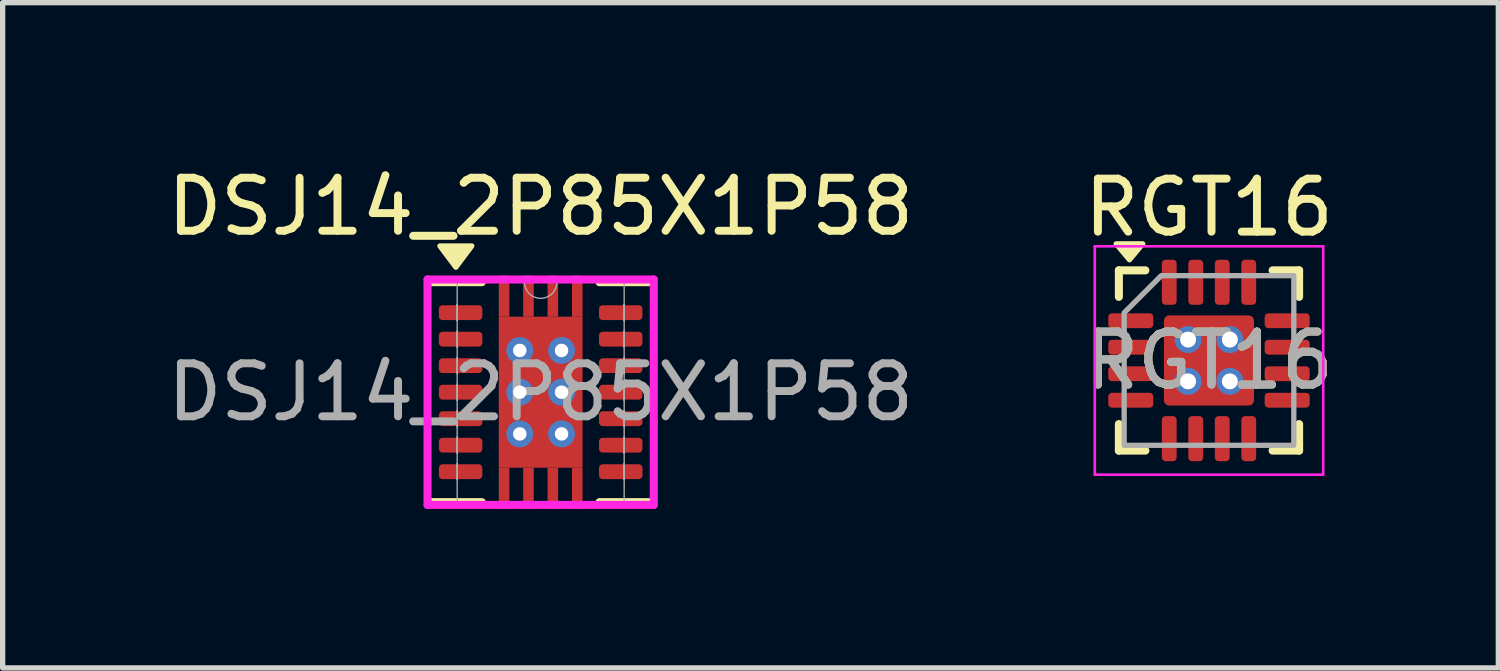
<source format=kicad_pcb>
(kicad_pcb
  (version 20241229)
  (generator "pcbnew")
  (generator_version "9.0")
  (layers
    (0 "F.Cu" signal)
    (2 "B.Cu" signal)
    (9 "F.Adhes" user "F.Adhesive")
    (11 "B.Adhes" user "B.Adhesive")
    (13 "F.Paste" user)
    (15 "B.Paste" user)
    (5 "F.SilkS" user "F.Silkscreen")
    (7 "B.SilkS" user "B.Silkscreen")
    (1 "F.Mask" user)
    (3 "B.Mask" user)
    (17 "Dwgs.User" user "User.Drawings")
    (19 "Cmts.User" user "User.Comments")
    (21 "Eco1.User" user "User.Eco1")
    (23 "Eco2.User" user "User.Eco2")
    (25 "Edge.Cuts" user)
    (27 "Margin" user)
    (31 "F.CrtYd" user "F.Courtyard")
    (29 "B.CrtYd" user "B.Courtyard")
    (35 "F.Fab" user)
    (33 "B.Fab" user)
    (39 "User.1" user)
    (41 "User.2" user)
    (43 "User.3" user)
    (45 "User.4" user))
  (footprint "DSJ14_2P85X1P58"
    (layer "F.Cu")
    (at 7.149 4.348)
    (property "Reference" "DSJ14_2P85X1P58" (at 0 -3.5 0) (unlocked yes) (layer "F.SilkS") (effects (font (size 1 1) (thickness 0.15))))
    (attr smd)
    (fp_poly (pts (xy 1.1 0.86) (xy 1.1 1.14) (xy 1.92 1.14) (xy 1.92 0.86)) (stroke (width 0) (type solid)) (fill yes) (layer "F.Mask"))
    (fp_line (start -2.1 2.075) (end -1.11 2.075) (stroke (width 0.152) (type solid)) (layer "F.SilkS"))
    (fp_line (start -1.11 -2.075) (end -2.1 -2.075) (stroke (width 0.152) (type solid)) (layer "F.SilkS"))
    (fp_line (start 1.11 2.075) (end 2.1 2.075) (stroke (width 0.152) (type solid)) (layer "F.SilkS"))
    (fp_line (start 2.1 -2.075) (end 1.11 -2.075) (stroke (width 0.152) (type solid)) (layer "F.SilkS"))
    (fp_poly (pts (xy -1.6 -2.358) (xy -1.9 -2.758) (xy -1.3 -2.758)) (stroke (width 0.1) (type solid)) (fill yes) (layer "F.SilkS"))
    (fp_poly (pts (xy -0.715 -1.25) (xy -0.715 -0.887) (xy -0.635 -0.887) (xy -0.494 -1.029) (xy -0.494 -1.25)) (stroke (width 0) (type solid)) (fill yes) (layer "F.Paste"))
    (fp_poly (pts (xy -0.715 0.887) (xy -0.715 1.25) (xy -0.494 1.25) (xy -0.494 1.029) (xy -0.635 0.887)) (stroke (width 0) (type solid)) (fill yes) (layer "F.Paste"))
    (fp_poly (pts (xy 0.494 -1.25) (xy 0.494 -1.029) (xy 0.635 -0.887) (xy 0.715 -0.887) (xy 0.715 -1.25)) (stroke (width 0) (type solid)) (fill yes) (layer "F.Paste"))
    (fp_poly (pts (xy 0.635 0.887) (xy 0.494 1.029) (xy 0.494 1.25) (xy 0.715 1.25) (xy 0.715 0.887)) (stroke (width 0) (type solid)) (fill yes) (layer "F.Paste"))
    (fp_poly (pts (xy -0.715 -0.687) (xy -0.715 -0.1) (xy -0.635 -0.1) (xy -0.494 -0.241) (xy -0.494 -0.546) (xy -0.635 -0.687)) (stroke (width 0) (type solid)) (fill yes) (layer "F.Paste"))
    (fp_poly (pts (xy -0.715 0.1) (xy -0.715 0.687) (xy -0.635 0.687) (xy -0.494 0.546) (xy -0.494 0.241) (xy -0.635 0.1)) (stroke (width 0) (type solid)) (fill yes) (layer "F.Paste"))
    (fp_poly (pts (xy -0.294 -1.25) (xy -0.294 -1.029) (xy -0.152 -0.887) (xy 0.152 -0.887) (xy 0.294 -1.029) (xy 0.294 -1.25)) (stroke (width 0) (type solid)) (fill yes) (layer "F.Paste"))
    (fp_poly (pts (xy -0.152 0.887) (xy -0.294 1.029) (xy -0.294 1.25) (xy 0.294 1.25) (xy 0.294 1.029) (xy 0.152 0.887)) (stroke (width 0) (type solid)) (fill yes) (layer "F.Paste"))
    (fp_poly (pts (xy 0.635 -0.687) (xy 0.494 -0.546) (xy 0.494 -0.241) (xy 0.635 -0.1) (xy 0.715 -0.1) (xy 0.715 -0.687)) (stroke (width 0) (type solid)) (fill yes) (layer "F.Paste"))
    (fp_poly (pts (xy 0.635 0.1) (xy 0.494 0.241) (xy 0.494 0.546) (xy 0.635 0.687) (xy 0.715 0.687) (xy 0.715 0.1)) (stroke (width 0) (type solid)) (fill yes) (layer "F.Paste"))
    (fp_poly (pts (xy -0.152 -0.687) (xy -0.294 -0.546) (xy -0.294 -0.241) (xy -0.152 -0.1) (xy 0.152 -0.1) (xy 0.294 -0.241) (xy 0.294 -0.546) (xy 0.152 -0.687)) (stroke (width 0) (type solid)) (fill yes) (layer "F.Paste"))
    (fp_poly (pts (xy -0.152 0.1) (xy -0.294 0.241) (xy -0.294 0.546) (xy -0.152 0.687) (xy 0.152 0.687) (xy 0.294 0.546) (xy 0.294 0.241) (xy 0.152 0.1)) (stroke (width 0) (type solid)) (fill yes) (layer "F.Paste"))
    (fp_line (start -2.134 -2.126) (end 2.134 -2.126) (stroke (width 0.152) (type solid)) (layer "F.CrtYd"))
    (fp_line (start -2.134 2.126) (end -2.134 -2.126) (stroke (width 0.152) (type solid)) (layer "F.CrtYd"))
    (fp_line (start 2.134 -2.126) (end 2.134 2.126) (stroke (width 0.152) (type solid)) (layer "F.CrtYd"))
    (fp_line (start 2.134 2.126) (end -2.134 2.126) (stroke (width 0.152) (type solid)) (layer "F.CrtYd"))
    (fp_line (start -1.575 -2.075) (end -1.575 2.075) (stroke (width 0.025) (type solid)) (layer "F.Fab"))
    (fp_line (start -1.575 -1.65) (end -1.575 -1.65) (stroke (width 0.025) (type solid)) (layer "F.Fab"))
    (fp_line (start -1.575 -1.65) (end -1.575 -1.35) (stroke (width 0.025) (type solid)) (layer "F.Fab"))
    (fp_line (start -1.575 -1.35) (end -1.575 -1.65) (stroke (width 0.025) (type solid)) (layer "F.Fab"))
    (fp_line (start -1.575 -1.35) (end -1.575 -1.35) (stroke (width 0.025) (type solid)) (layer "F.Fab"))
    (fp_line (start -1.575 -1.15) (end -1.575 -1.15) (stroke (width 0.025) (type solid)) (layer "F.Fab"))
    (fp_line (start -1.575 -1.15) (end -1.575 -0.85) (stroke (width 0.025) (type solid)) (layer "F.Fab"))
    (fp_line (start -1.575 -0.85) (end -1.575 -1.15) (stroke (width 0.025) (type solid)) (layer "F.Fab"))
    (fp_line (start -1.575 -0.85) (end -1.575 -0.85) (stroke (width 0.025) (type solid)) (layer "F.Fab"))
    (fp_line (start -1.575 -0.65) (end -1.575 -0.65) (stroke (width 0.025) (type solid)) (layer "F.Fab"))
    (fp_line (start -1.575 -0.65) (end -1.575 -0.35) (stroke (width 0.025) (type solid)) (layer "F.Fab"))
    (fp_line (start -1.575 -0.35) (end -1.575 -0.65) (stroke (width 0.025) (type solid)) (layer "F.Fab"))
    (fp_line (start -1.575 -0.35) (end -1.575 -0.35) (stroke (width 0.025) (type solid)) (layer "F.Fab"))
    (fp_line (start -1.575 -0.15) (end -1.575 -0.15) (stroke (width 0.025) (type solid)) (layer "F.Fab"))
    (fp_line (start -1.575 -0.15) (end -1.575 0.15) (stroke (width 0.025) (type solid)) (layer "F.Fab"))
    (fp_line (start -1.575 0.15) (end -1.575 -0.15) (stroke (width 0.025) (type solid)) (layer "F.Fab"))
    (fp_line (start -1.575 0.15) (end -1.575 0.15) (stroke (width 0.025) (type solid)) (layer "F.Fab"))
    (fp_line (start -1.575 0.35) (end -1.575 0.35) (stroke (width 0.025) (type solid)) (layer "F.Fab"))
    (fp_line (start -1.575 0.35) (end -1.575 0.65) (stroke (width 0.025) (type solid)) (layer "F.Fab"))
    (fp_line (start -1.575 0.65) (end -1.575 0.35) (stroke (width 0.025) (type solid)) (layer "F.Fab"))
    (fp_line (start -1.575 0.65) (end -1.575 0.65) (stroke (width 0.025) (type solid)) (layer "F.Fab"))
    (fp_line (start -1.575 0.85) (end -1.575 0.85) (stroke (width 0.025) (type solid)) (layer "F.Fab"))
    (fp_line (start -1.575 0.85) (end -1.575 1.15) (stroke (width 0.025) (type solid)) (layer "F.Fab"))
    (fp_line (start -1.575 1.15) (end -1.575 0.85) (stroke (width 0.025) (type solid)) (layer "F.Fab"))
    (fp_line (start -1.575 1.15) (end -1.575 1.15) (stroke (width 0.025) (type solid)) (layer "F.Fab"))
    (fp_line (start -1.575 1.35) (end -1.575 1.35) (stroke (width 0.025) (type solid)) (layer "F.Fab"))
    (fp_line (start -1.575 1.35) (end -1.575 1.65) (stroke (width 0.025) (type solid)) (layer "F.Fab"))
    (fp_line (start -1.575 1.65) (end -1.575 1.35) (stroke (width 0.025) (type solid)) (layer "F.Fab"))
    (fp_line (start -1.575 1.65) (end -1.575 1.65) (stroke (width 0.025) (type solid)) (layer "F.Fab"))
    (fp_line (start -1.575 2.075) (end 1.575 2.075) (stroke (width 0.025) (type solid)) (layer "F.Fab"))
    (fp_line (start 1.575 -2.075) (end -1.575 -2.075) (stroke (width 0.025) (type solid)) (layer "F.Fab"))
    (fp_line (start 1.575 -1.65) (end 1.575 -1.65) (stroke (width 0.025) (type solid)) (layer "F.Fab"))
    (fp_line (start 1.575 -1.65) (end 1.575 -1.35) (stroke (width 0.025) (type solid)) (layer "F.Fab"))
    (fp_line (start 1.575 -1.35) (end 1.575 -1.65) (stroke (width 0.025) (type solid)) (layer "F.Fab"))
    (fp_line (start 1.575 -1.35) (end 1.575 -1.35) (stroke (width 0.025) (type solid)) (layer "F.Fab"))
    (fp_line (start 1.575 -1.15) (end 1.575 -1.15) (stroke (width 0.025) (type solid)) (layer "F.Fab"))
    (fp_line (start 1.575 -1.15) (end 1.575 -0.85) (stroke (width 0.025) (type solid)) (layer "F.Fab"))
    (fp_line (start 1.575 -0.85) (end 1.575 -1.15) (stroke (width 0.025) (type solid)) (layer "F.Fab"))
    (fp_line (start 1.575 -0.85) (end 1.575 -0.85) (stroke (width 0.025) (type solid)) (layer "F.Fab"))
    (fp_line (start 1.575 -0.65) (end 1.575 -0.65) (stroke (width 0.025) (type solid)) (layer "F.Fab"))
    (fp_line (start 1.575 -0.65) (end 1.575 -0.35) (stroke (width 0.025) (type solid)) (layer "F.Fab"))
    (fp_line (start 1.575 -0.35) (end 1.575 -0.65) (stroke (width 0.025) (type solid)) (layer "F.Fab"))
    (fp_line (start 1.575 -0.35) (end 1.575 -0.35) (stroke (width 0.025) (type solid)) (layer "F.Fab"))
    (fp_line (start 1.575 -0.15) (end 1.575 -0.15) (stroke (width 0.025) (type solid)) (layer "F.Fab"))
    (fp_line (start 1.575 -0.15) (end 1.575 0.15) (stroke (width 0.025) (type solid)) (layer "F.Fab"))
    (fp_line (start 1.575 0.15) (end 1.575 -0.15) (stroke (width 0.025) (type solid)) (layer "F.Fab"))
    (fp_line (start 1.575 0.15) (end 1.575 0.15) (stroke (width 0.025) (type solid)) (layer "F.Fab"))
    (fp_line (start 1.575 0.35) (end 1.575 0.35) (stroke (width 0.025) (type solid)) (layer "F.Fab"))
    (fp_line (start 1.575 0.35) (end 1.575 0.65) (stroke (width 0.025) (type solid)) (layer "F.Fab"))
    (fp_line (start 1.575 0.65) (end 1.575 0.35) (stroke (width 0.025) (type solid)) (layer "F.Fab"))
    (fp_line (start 1.575 0.65) (end 1.575 0.65) (stroke (width 0.025) (type solid)) (layer "F.Fab"))
    (fp_line (start 1.575 0.85) (end 1.575 0.85) (stroke (width 0.025) (type solid)) (layer "F.Fab"))
    (fp_line (start 1.575 0.85) (end 1.575 1.15) (stroke (width 0.025) (type solid)) (layer "F.Fab"))
    (fp_line (start 1.575 1.15) (end 1.575 0.85) (stroke (width 0.025) (type solid)) (layer "F.Fab"))
    (fp_line (start 1.575 1.15) (end 1.575 1.15) (stroke (width 0.025) (type solid)) (layer "F.Fab"))
    (fp_line (start 1.575 1.35) (end 1.575 1.35) (stroke (width 0.025) (type solid)) (layer "F.Fab"))
    (fp_line (start 1.575 1.35) (end 1.575 1.65) (stroke (width 0.025) (type solid)) (layer "F.Fab"))
    (fp_line (start 1.575 1.65) (end 1.575 1.35) (stroke (width 0.025) (type solid)) (layer "F.Fab"))
    (fp_line (start 1.575 1.65) (end 1.575 1.65) (stroke (width 0.025) (type solid)) (layer "F.Fab"))
    (fp_line (start 1.575 2.075) (end 1.575 -2.075) (stroke (width 0.025) (type solid)) (layer "F.Fab"))
    (fp_arc (start 0.3048 -2.075) (mid 0 -1.7702) (end -0.3048 -2.075) (stroke (width 0.0254) (type solid)) (layer "F.Fab"))
    (fp_text user "${REFERENCE}" (at 0 0 0) (unlocked yes) (layer "F.Fab") (effects (font (size 1 1) (thickness 0.15))))
    (pad "1" smd roundrect (at -1.51 -1.5) (size 0.82 0.28) (layers "F.Cu" "F.Mask" "F.Paste") (roundrect_rratio 0.25))
    (pad "2" smd roundrect (at -1.51 -1) (size 0.82 0.28) (layers "F.Cu" "F.Mask" "F.Paste") (roundrect_rratio 0.25))
    (pad "3" smd roundrect (at -1.51 -0.5) (size 0.82 0.28) (layers "F.Cu" "F.Mask" "F.Paste") (roundrect_rratio 0.25))
    (pad "4" smd roundrect (at -1.51 0) (size 0.82 0.28) (layers "F.Cu" "F.Mask" "F.Paste") (roundrect_rratio 0.25))
    (pad "5" smd roundrect (at -1.51 0.5) (size 0.82 0.28) (layers "F.Cu" "F.Mask" "F.Paste") (roundrect_rratio 0.25))
    (pad "6" smd roundrect (at -1.51 1) (size 0.82 0.28) (layers "F.Cu" "F.Mask" "F.Paste") (roundrect_rratio 0.25))
    (pad "7" smd roundrect (at -1.51 1.5) (size 0.82 0.28) (layers "F.Cu" "F.Mask" "F.Paste") (roundrect_rratio 0.25))
    (pad "8" smd roundrect (at 1.51 1.5) (size 0.82 0.28) (layers "F.Cu" "F.Mask" "F.Paste") (roundrect_rratio 0.25))
    (pad "9" smd roundrect (at 1.51 1) (size 0.82 0.28) (layers "F.Cu" "F.Mask" "F.Paste") (roundrect_rratio 0.25))
    (pad "10" smd roundrect (at 1.51 0.5) (size 0.82 0.28) (layers "F.Cu" "F.Mask" "F.Paste") (roundrect_rratio 0.25))
    (pad "11" smd roundrect (at 1.51 0) (size 0.82 0.28) (layers "F.Cu" "F.Mask" "F.Paste") (roundrect_rratio 0.25))
    (pad "12" smd roundrect (at 1.51 -0.5) (size 0.82 0.28) (layers "F.Cu" "F.Mask" "F.Paste") (roundrect_rratio 0.25))
    (pad "13" smd roundrect (at 1.51 -1) (size 0.82 0.28) (layers "F.Cu" "F.Mask" "F.Paste") (roundrect_rratio 0.25))
    (pad "14" smd roundrect (at 1.51 -1.5) (size 0.82 0.28) (layers "F.Cu" "F.Mask" "F.Paste") (roundrect_rratio 0.25))
    (pad "15" smd roundrect (at -0.69 -1.812 270) (size 0.775 0.2) (layers "F.Cu" "F.Mask" "F.Paste") (roundrect_rratio 0.25) (chamfer_ratio 0) (chamfer top_right bottom_right))
    (pad "15" smd roundrect (at -0.69 1.812 90) (size 0.775 0.2) (layers "F.Cu" "F.Mask" "F.Paste") (roundrect_rratio 0.25) (chamfer_ratio 0) (chamfer top_right bottom_right))
    (pad "15" thru_hole circle (at -0.394 -0.787) (size 0.508 0.508) (drill 0.254) (layers "*.Cu" "*.Mask"))
    (pad "15" thru_hole circle (at -0.394 0) (size 0.508 0.508) (drill 0.254) (layers "*.Cu" "*.Mask"))
    (pad "15" thru_hole circle (at -0.394 0.787) (size 0.508 0.508) (drill 0.254) (layers "*.Cu" "*.Mask"))
    (pad "15" smd roundrect (at -0.23 -1.812 270) (size 0.775 0.2) (layers "F.Cu" "F.Mask" "F.Paste") (roundrect_rratio 0.25) (chamfer_ratio 0) (chamfer top_right bottom_right))
    (pad "15" smd roundrect (at -0.23 1.812 90) (size 0.775 0.2) (layers "F.Cu" "F.Mask" "F.Paste") (roundrect_rratio 0.25) (chamfer_ratio 0) (chamfer top_right bottom_right))
    (pad "15" smd rect (at 0 0) (size 1.58 2.85) (layers "F.Cu" "F.Mask"))
    (pad "15" smd roundrect (at 0.23 -1.812 270) (size 0.775 0.2) (layers "F.Cu" "F.Mask" "F.Paste") (roundrect_rratio 0.25) (chamfer_ratio 0) (chamfer top_right bottom_right))
    (pad "15" smd roundrect (at 0.23 1.812 90) (size 0.775 0.2) (layers "F.Cu" "F.Mask" "F.Paste") (roundrect_rratio 0.25) (chamfer_ratio 0) (chamfer top_right bottom_right))
    (pad "15" thru_hole circle (at 0.394 -0.787) (size 0.508 0.508) (drill 0.254) (layers "*.Cu" "*.Mask"))
    (pad "15" thru_hole circle (at 0.394 0) (size 0.508 0.508) (drill 0.254) (layers "*.Cu" "*.Mask"))
    (pad "15" thru_hole circle (at 0.394 0.787) (size 0.508 0.508) (drill 0.254) (layers "*.Cu" "*.Mask"))
    (pad "15" smd roundrect (at 0.69 -1.812 270) (size 0.775 0.2) (layers "F.Cu" "F.Mask" "F.Paste") (roundrect_rratio 0.25) (chamfer_ratio 0) (chamfer top_right bottom_right))
    (pad "15" smd roundrect (at 0.69 1.812 90) (size 0.775 0.2) (layers "F.Cu" "F.Mask" "F.Paste") (roundrect_rratio 0.25) (chamfer_ratio 0) (chamfer top_right bottom_right)))
  (footprint "RGT16"
    (layer "F.Cu")
    (at 19.756 3.75)
    (property "Reference" "RGT16" (at 0 0 0) (unlocked yes) (layer "F.SilkS") (effects (font (size 1 1) (thickness 0.15))))
    (attr smd)
    (fp_rect (start -0.8 -0.8) (end 0.8 0.8) (stroke (width 0.1) (type default)) (fill yes) (layer "F.Mask"))
    (fp_line (start -1.7 -1.7) (end -1.7 -1.2) (stroke (width 0.152) (type solid)) (layer "F.SilkS"))
    (fp_line (start -1.7 1.7) (end -1.7 1.2) (stroke (width 0.152) (type solid)) (layer "F.SilkS"))
    (fp_line (start -1.2 -1.7) (end -1.7 -1.7) (stroke (width 0.152) (type solid)) (layer "F.SilkS"))
    (fp_line (start -1.2 1.7) (end -1.7 1.7) (stroke (width 0.152) (type solid)) (layer "F.SilkS"))
    (fp_line (start 1.2 -1.7) (end 1.7 -1.7) (stroke (width 0.152) (type solid)) (layer "F.SilkS"))
    (fp_line (start 1.2 1.7) (end 1.7 1.7) (stroke (width 0.152) (type solid)) (layer "F.SilkS"))
    (fp_line (start 1.7 -1.7) (end 1.7 -1.2) (stroke (width 0.152) (type solid)) (layer "F.SilkS"))
    (fp_line (start 1.7 1.7) (end 1.7 1.2) (stroke (width 0.152) (type solid)) (layer "F.SilkS"))
    (fp_poly (pts (xy -1.5 -1.9) (xy -1.75 -2.2) (xy -1.25 -2.2)) (stroke (width 0.1) (type solid)) (fill yes) (layer "F.SilkS"))
    (fp_circle (center 0 0) (end 0.15 -0.2) (stroke (width 0.1) (type default)) (fill yes) (layer "F.Paste"))
    (fp_poly (pts (xy -0.775 -0.775) (xy -0.775 -0.494) (xy -0.635 -0.494) (xy -0.494 -0.635) (xy -0.494 -0.775)) (stroke (width 0) (type solid)) (fill yes) (layer "F.Paste"))
    (fp_poly (pts (xy -0.775 0.494) (xy -0.775 0.775) (xy -0.494 0.775) (xy -0.494 0.635) (xy -0.635 0.494)) (stroke (width 0) (type solid)) (fill yes) (layer "F.Paste"))
    (fp_poly (pts (xy 0.494 -0.775) (xy 0.494 -0.635) (xy 0.635 -0.494) (xy 0.775 -0.494) (xy 0.775 -0.775)) (stroke (width 0) (type solid)) (fill yes) (layer "F.Paste"))
    (fp_poly (pts (xy 0.635 0.494) (xy 0.494 0.635) (xy 0.494 0.775) (xy 0.775 0.775) (xy 0.775 0.494)) (stroke (width 0) (type solid)) (fill yes) (layer "F.Paste"))
    (fp_poly (pts (xy -0.775 -0.294) (xy -0.775 0.294) (xy -0.635 0.294) (xy -0.494 0.152) (xy -0.494 -0.152) (xy -0.635 -0.294)) (stroke (width 0) (type solid)) (fill yes) (layer "F.Paste"))
    (fp_poly (pts (xy -0.294 -0.775) (xy -0.294 -0.635) (xy -0.152 -0.494) (xy 0.152 -0.494) (xy 0.294 -0.635) (xy 0.294 -0.775)) (stroke (width 0) (type solid)) (fill yes) (layer "F.Paste"))
    (fp_poly (pts (xy -0.152 0.494) (xy -0.294 0.635) (xy -0.294 0.775) (xy 0.294 0.775) (xy 0.294 0.635) (xy 0.152 0.494)) (stroke (width 0) (type solid)) (fill yes) (layer "F.Paste"))
    (fp_poly (pts (xy 0.635 -0.294) (xy 0.494 -0.152) (xy 0.494 0.152) (xy 0.635 0.294) (xy 0.775 0.294) (xy 0.775 -0.294)) (stroke (width 0) (type solid)) (fill yes) (layer "F.Paste"))
    (fp_line (start -2.154 -2.154) (end 2.154 -2.154) (stroke (width 0.05) (type solid)) (layer "F.CrtYd"))
    (fp_line (start -2.154 2.154) (end -2.154 -2.154) (stroke (width 0.05) (type solid)) (layer "F.CrtYd"))
    (fp_line (start 2.154 -2.154) (end 2.154 2.154) (stroke (width 0.05) (type solid)) (layer "F.CrtYd"))
    (fp_line (start 2.154 2.154) (end -2.154 2.154) (stroke (width 0.05) (type solid)) (layer "F.CrtYd"))
    (fp_poly (pts (xy 1.6 1.6) (xy 1.6 -1.6) (xy -0.9 -1.6) (xy -1.6 -0.9) (xy -1.6 1.6)) (stroke (width 0.1) (type solid)) (fill no) (layer "F.Fab"))
    (fp_text user "${REFERENCE}" (at 0 -2.3 0) (unlocked yes) (layer "F.SilkS") (effects (font (size 1 1) (thickness 0.15)) (justify bottom)))
    (fp_text user "${REFERENCE}" (at 0 0 0) (unlocked yes) (layer "F.Fab") (effects (font (size 1 1) (thickness 0.15))))
    (pad "1" smd roundrect (at -1.475 -0.75 90) (size 0.28 0.85) (layers "F.Cu" "F.Mask" "F.Paste") (roundrect_rratio 0.25))
    (pad "2" smd roundrect (at -1.475 -0.25 90) (size 0.28 0.85) (layers "F.Cu" "F.Mask" "F.Paste") (roundrect_rratio 0.25))
    (pad "3" smd roundrect (at -1.475 0.25 90) (size 0.28 0.85) (layers "F.Cu" "F.Mask" "F.Paste") (roundrect_rratio 0.25))
    (pad "4" smd roundrect (at -1.475 0.75 90) (size 0.28 0.85) (layers "F.Cu" "F.Mask" "F.Paste") (roundrect_rratio 0.25))
    (pad "5" smd roundrect (at -0.75 1.475) (size 0.28 0.85) (layers "F.Cu" "F.Mask" "F.Paste") (roundrect_rratio 0.25))
    (pad "6" smd roundrect (at -0.25 1.475) (size 0.28 0.85) (layers "F.Cu" "F.Mask" "F.Paste") (roundrect_rratio 0.25))
    (pad "7" smd roundrect (at 0.25 1.475) (size 0.28 0.85) (layers "F.Cu" "F.Mask" "F.Paste") (roundrect_rratio 0.25))
    (pad "8" smd roundrect (at 0.75 1.475) (size 0.28 0.85) (layers "F.Cu" "F.Mask" "F.Paste") (roundrect_rratio 0.25))
    (pad "9" smd roundrect (at 1.475 0.75 90) (size 0.28 0.85) (layers "F.Cu" "F.Mask" "F.Paste") (roundrect_rratio 0.25))
    (pad "10" smd roundrect (at 1.475 0.25 90) (size 0.28 0.85) (layers "F.Cu" "F.Mask" "F.Paste") (roundrect_rratio 0.25))
    (pad "11" smd roundrect (at 1.475 -0.25 90) (size 0.28 0.85) (layers "F.Cu" "F.Mask" "F.Paste") (roundrect_rratio 0.25))
    (pad "12" smd roundrect (at 1.475 -0.75 90) (size 0.28 0.85) (layers "F.Cu" "F.Mask" "F.Paste") (roundrect_rratio 0.25))
    (pad "13" smd roundrect (at 0.75 -1.475) (size 0.28 0.85) (layers "F.Cu" "F.Mask" "F.Paste") (roundrect_rratio 0.25))
    (pad "14" smd roundrect (at 0.25 -1.475) (size 0.28 0.85) (layers "F.Cu" "F.Mask" "F.Paste") (roundrect_rratio 0.25))
    (pad "15" smd roundrect (at -0.25 -1.475) (size 0.28 0.85) (layers "F.Cu" "F.Mask" "F.Paste") (roundrect_rratio 0.25))
    (pad "16" smd roundrect (at -0.75 -1.475) (size 0.28 0.85) (layers "F.Cu" "F.Mask" "F.Paste") (roundrect_rratio 0.25))
    (pad "17" thru_hole circle (at -0.394 -0.394) (size 0.508 0.508) (drill 0.3) (layers "*.Cu" "*.Mask"))
    (pad "17" thru_hole circle (at -0.394 0.394) (size 0.508 0.508) (drill 0.3) (layers "*.Cu" "*.Mask"))
    (pad "17" smd roundrect (at 0 0) (size 1.7 1.7) (layers "F.Cu") (roundrect_rratio 0.059))
    (pad "17" thru_hole circle (at 0.394 -0.394) (size 0.508 0.508) (drill 0.3) (layers "*.Cu" "*.Mask"))
    (pad "17" thru_hole circle (at 0.394 0.394) (size 0.508 0.508) (drill 0.3) (layers "*.Cu" "*.Mask")))
  (gr_rect
    (start -3 -3)
    (end 25.214 9.55)
    (stroke (width 0.1) (type default))
    (fill no)
    (layer "Edge.Cuts")))
</source>
